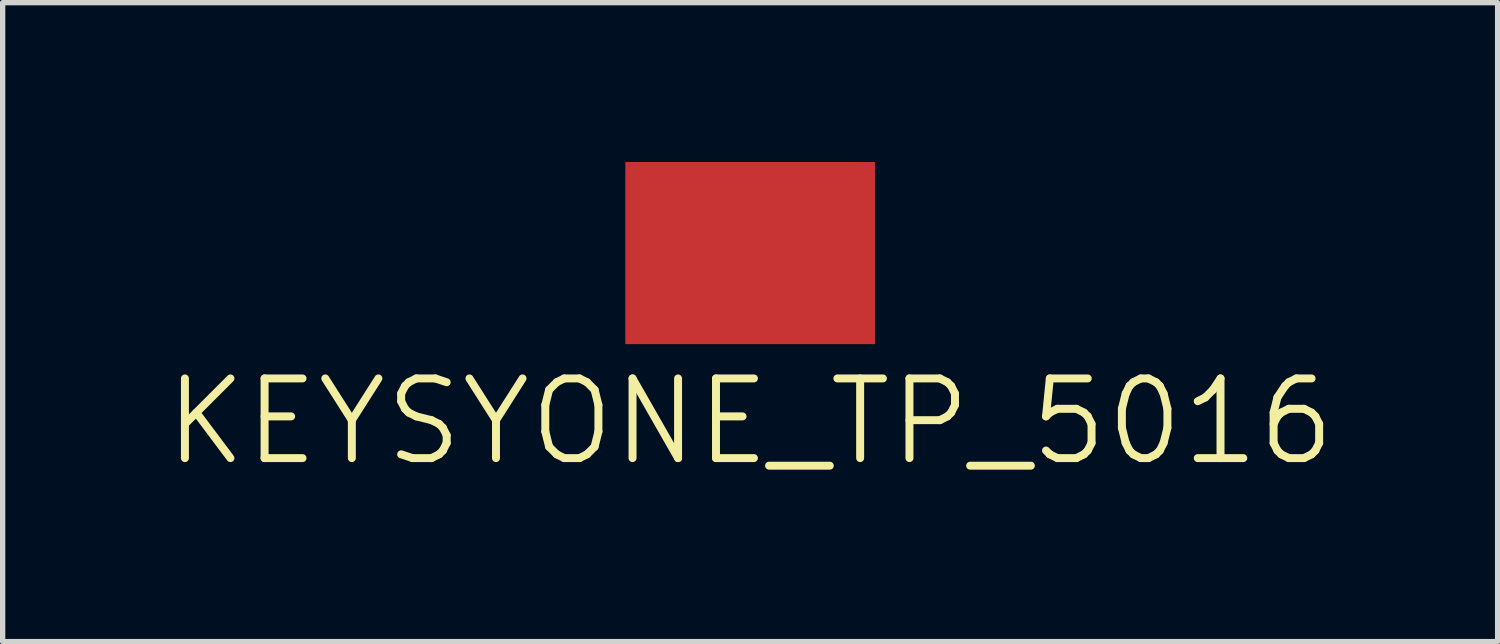
<source format=kicad_pcb>
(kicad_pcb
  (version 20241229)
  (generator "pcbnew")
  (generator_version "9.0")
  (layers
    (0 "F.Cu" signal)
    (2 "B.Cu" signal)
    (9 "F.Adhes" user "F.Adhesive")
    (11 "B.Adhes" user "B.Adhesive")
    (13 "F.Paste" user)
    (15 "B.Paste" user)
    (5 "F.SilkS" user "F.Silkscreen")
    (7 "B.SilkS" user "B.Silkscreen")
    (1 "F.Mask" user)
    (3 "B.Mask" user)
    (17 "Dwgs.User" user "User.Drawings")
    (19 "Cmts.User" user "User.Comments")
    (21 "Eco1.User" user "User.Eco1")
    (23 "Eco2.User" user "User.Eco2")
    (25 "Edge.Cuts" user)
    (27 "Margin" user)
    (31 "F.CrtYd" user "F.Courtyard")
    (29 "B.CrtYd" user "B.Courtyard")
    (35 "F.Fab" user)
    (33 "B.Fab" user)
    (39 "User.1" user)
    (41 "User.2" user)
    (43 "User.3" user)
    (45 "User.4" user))
  (footprint "KEYSYONE_TP_5016"
    (layer "F.Cu")
    (at 11.075 1.715)
    (property "Reference" "KEYSYONE_TP_5016" (at 0 3.175 0) (layer "F.SilkS") (effects (font (size 1.5 1.5) (thickness 0.15))))
    (attr through_hole)
    (pad "1" smd rect (at 0 0) (size 4.7 3.43) (layers "F.Cu" "F.Mask" "F.Paste")))
  (gr_rect
    (start -3 -3)
    (end 25.15 9.031)
    (stroke (width 0.1) (type default))
    (fill no)
    (layer "Edge.Cuts")))
</source>
